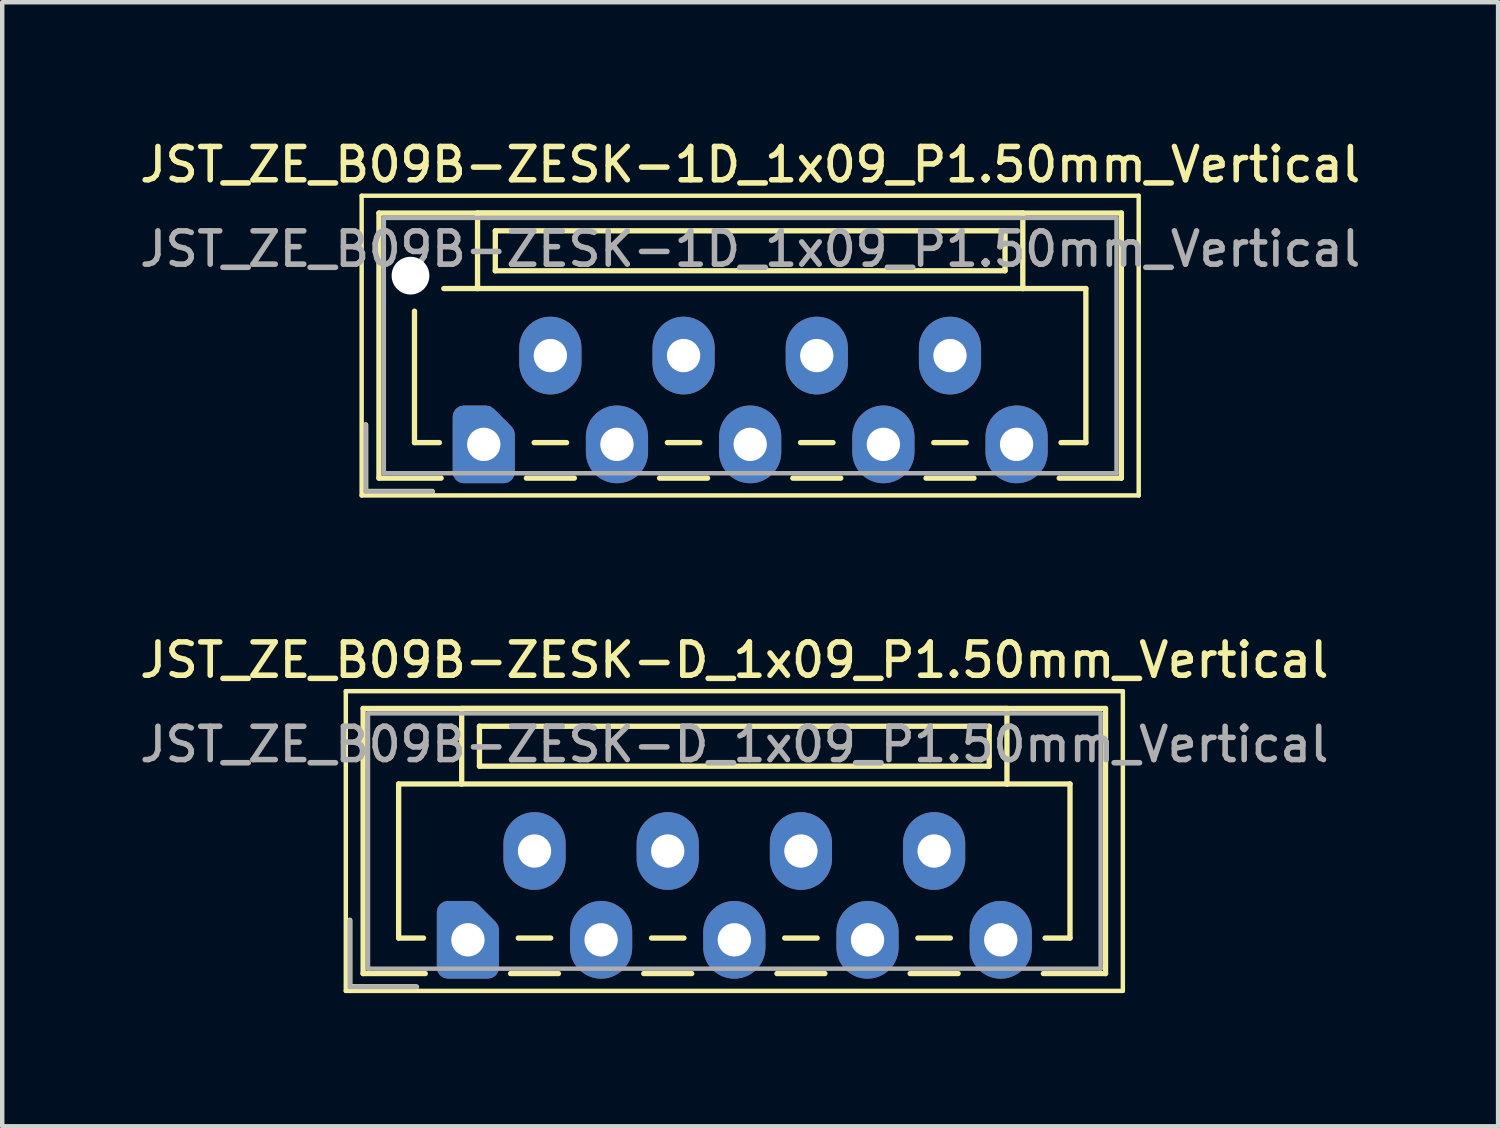
<source format=kicad_pcb>
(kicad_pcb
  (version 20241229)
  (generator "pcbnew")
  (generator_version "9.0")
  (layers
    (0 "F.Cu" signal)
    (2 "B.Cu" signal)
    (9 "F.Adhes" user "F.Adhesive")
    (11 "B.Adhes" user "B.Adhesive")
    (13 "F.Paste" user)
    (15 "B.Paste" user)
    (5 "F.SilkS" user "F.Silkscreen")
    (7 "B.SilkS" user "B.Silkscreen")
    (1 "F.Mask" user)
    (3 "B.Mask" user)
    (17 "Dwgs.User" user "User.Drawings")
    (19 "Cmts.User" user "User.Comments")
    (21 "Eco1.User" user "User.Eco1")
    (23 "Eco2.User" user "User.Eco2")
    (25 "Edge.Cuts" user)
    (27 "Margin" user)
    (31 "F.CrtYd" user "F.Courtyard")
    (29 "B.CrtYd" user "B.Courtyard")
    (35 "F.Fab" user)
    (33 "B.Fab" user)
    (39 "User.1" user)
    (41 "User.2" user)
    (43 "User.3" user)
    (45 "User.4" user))
  (footprint "JST_ZE_B09B-ZESK-1D_1x09_P1.50mm_Vertical"
    (layer "F.Cu")
    (at 7.845 6.958)
    (property "Reference" "JST_ZE_B09B-ZESK-1D_1x09_P1.50mm_Vertical" (at 6 -6.3 0) (layer "F.SilkS") (effects (font (size 0.75 0.75) (thickness 0.125))))
    (attr through_hole)
    (fp_line (start -2.75 -5.6) (end -2.75 1.15) (stroke (width 0.1) (type solid)) (layer "F.SilkS"))
    (fp_line (start -2.75 1.15) (end 14.75 1.15) (stroke (width 0.1) (type solid)) (layer "F.SilkS"))
    (fp_line (start -2.66 -0.44) (end -2.66 1.06) (stroke (width 0.12) (type solid)) (layer "F.SilkS"))
    (fp_line (start -2.66 1.06) (end -1.16 1.06) (stroke (width 0.12) (type solid)) (layer "F.SilkS"))
    (fp_line (start -2.36 -5.21) (end 14.36 -5.21) (stroke (width 0.12) (type solid)) (layer "F.SilkS"))
    (fp_line (start -2.36 0.76) (end -2.36 -5.21) (stroke (width 0.12) (type solid)) (layer "F.SilkS"))
    (fp_line (start -1.56 -3) (end -1.56 -0.04) (stroke (width 0.12) (type solid)) (layer "F.SilkS"))
    (fp_line (start -1.56 -0.04) (end -1 -0.04) (stroke (width 0.12) (type solid)) (layer "F.SilkS"))
    (fp_line (start -0.96 0.76) (end -2.36 0.76) (stroke (width 0.12) (type solid)) (layer "F.SilkS"))
    (fp_line (start -0.14 -5.21) (end -0.14 -3.51) (stroke (width 0.12) (type solid)) (layer "F.SilkS"))
    (fp_line (start -0.14 -3.51) (end -0.9 -3.51) (stroke (width 0.12) (type solid)) (layer "F.SilkS"))
    (fp_line (start -0.14 -3.51) (end 12.14 -3.51) (stroke (width 0.12) (type solid)) (layer "F.SilkS"))
    (fp_line (start 0.26 -4.81) (end 0.26 -3.91) (stroke (width 0.12) (type solid)) (layer "F.SilkS"))
    (fp_line (start 0.26 -3.91) (end 11.74 -3.91) (stroke (width 0.12) (type solid)) (layer "F.SilkS"))
    (fp_line (start 0.96 0.76) (end 2.04 0.76) (stroke (width 0.12) (type solid)) (layer "F.SilkS"))
    (fp_line (start 1.135 -0.04) (end 1.865 -0.04) (stroke (width 0.12) (type solid)) (layer "F.SilkS"))
    (fp_line (start 3.96 0.76) (end 5.04 0.76) (stroke (width 0.12) (type solid)) (layer "F.SilkS"))
    (fp_line (start 4.135 -0.04) (end 4.865 -0.04) (stroke (width 0.12) (type solid)) (layer "F.SilkS"))
    (fp_line (start 6.96 0.76) (end 8.04 0.76) (stroke (width 0.12) (type solid)) (layer "F.SilkS"))
    (fp_line (start 7.135 -0.04) (end 7.865 -0.04) (stroke (width 0.12) (type solid)) (layer "F.SilkS"))
    (fp_line (start 9.96 0.76) (end 11.04 0.76) (stroke (width 0.12) (type solid)) (layer "F.SilkS"))
    (fp_line (start 10.135 -0.04) (end 10.865 -0.04) (stroke (width 0.12) (type solid)) (layer "F.SilkS"))
    (fp_line (start 11.74 -4.81) (end 0.26 -4.81) (stroke (width 0.12) (type solid)) (layer "F.SilkS"))
    (fp_line (start 11.74 -3.91) (end 11.74 -4.81) (stroke (width 0.12) (type solid)) (layer "F.SilkS"))
    (fp_line (start 12.14 -5.21) (end -0.14 -5.21) (stroke (width 0.12) (type solid)) (layer "F.SilkS"))
    (fp_line (start 12.14 -3.51) (end 12.14 -5.21) (stroke (width 0.12) (type solid)) (layer "F.SilkS"))
    (fp_line (start 12.14 -3.51) (end 13.56 -3.51) (stroke (width 0.12) (type solid)) (layer "F.SilkS"))
    (fp_line (start 13.56 -3.51) (end 13.56 -0.04) (stroke (width 0.12) (type solid)) (layer "F.SilkS"))
    (fp_line (start 13.56 -0.04) (end 13 -0.04) (stroke (width 0.12) (type solid)) (layer "F.SilkS"))
    (fp_line (start 14.36 -5.21) (end 14.36 0.76) (stroke (width 0.12) (type solid)) (layer "F.SilkS"))
    (fp_line (start 14.36 0.76) (end 12.96 0.76) (stroke (width 0.12) (type solid)) (layer "F.SilkS"))
    (fp_line (start 14.75 -5.6) (end -2.75 -5.6) (stroke (width 0.1) (type solid)) (layer "F.SilkS"))
    (fp_line (start 14.75 1.15) (end 14.75 -5.6) (stroke (width 0.1) (type solid)) (layer "F.SilkS"))
    (fp_line (start -2.66 -0.44) (end -2.66 1.06) (stroke (width 0.1) (type solid)) (layer "F.Fab"))
    (fp_line (start -2.66 1.06) (end -1.16 1.06) (stroke (width 0.1) (type solid)) (layer "F.Fab"))
    (fp_line (start -2.25 -5.1) (end -2.25 0.65) (stroke (width 0.1) (type solid)) (layer "F.Fab"))
    (fp_line (start -2.25 0.65) (end 14.25 0.65) (stroke (width 0.1) (type solid)) (layer "F.Fab"))
    (fp_line (start 14.25 -5.1) (end -2.25 -5.1) (stroke (width 0.1) (type solid)) (layer "F.Fab"))
    (fp_line (start 14.25 0.65) (end 14.25 -5.1) (stroke (width 0.1) (type solid)) (layer "F.Fab"))
    (fp_text user "${REFERENCE}" (at 6 -4.4 0) (layer "F.Fab") (effects (font (size 0.75 0.75) (thickness 0.125))))
    (pad "" np_thru_hole circle (at -1.65 -3.8) (size 0.85 0.85) (drill 0.85) (layers "*.Cu" "*.Mask"))
    (pad "1" thru_hole custom (at 0 0) (size 1.117 1.117) (drill 0.75) (layers "*.Cu" "*.Mask") (options (anchor circle)) (primitives (gr_poly (pts (xy 0.45 -0.225) (xy 0.45 0.625) (xy -0.45 0.625) (xy -0.45 -0.625) (xy 0.05 -0.625)) (width 0.5) (fill yes))))
    (pad "2" thru_hole oval (at 1.5 -2) (size 1.4 1.75) (drill 0.75) (layers "*.Cu" "*.Mask"))
    (pad "3" thru_hole oval (at 3 0) (size 1.4 1.75) (drill 0.75) (layers "*.Cu" "*.Mask"))
    (pad "4" thru_hole oval (at 4.5 -2) (size 1.4 1.75) (drill 0.75) (layers "*.Cu" "*.Mask"))
    (pad "5" thru_hole oval (at 6 0) (size 1.4 1.75) (drill 0.75) (layers "*.Cu" "*.Mask"))
    (pad "6" thru_hole oval (at 7.5 -2) (size 1.4 1.75) (drill 0.75) (layers "*.Cu" "*.Mask"))
    (pad "7" thru_hole oval (at 9 0) (size 1.4 1.75) (drill 0.75) (layers "*.Cu" "*.Mask"))
    (pad "8" thru_hole oval (at 10.5 -2) (size 1.4 1.75) (drill 0.75) (layers "*.Cu" "*.Mask"))
    (pad "9" thru_hole oval (at 12 0) (size 1.4 1.75) (drill 0.75) (layers "*.Cu" "*.Mask")))
  (footprint "JST_ZE_B09B-ZESK-D_1x09_P1.50mm_Vertical"
    (layer "F.Cu")
    (at 7.488 18.116)
    (property "Reference" "JST_ZE_B09B-ZESK-D_1x09_P1.50mm_Vertical" (at 6 -6.3 0) (layer "F.SilkS") (effects (font (size 0.75 0.75) (thickness 0.125))))
    (attr through_hole)
    (fp_line (start -2.75 -5.6) (end -2.75 1.15) (stroke (width 0.1) (type solid)) (layer "F.SilkS"))
    (fp_line (start -2.75 1.15) (end 14.75 1.15) (stroke (width 0.1) (type solid)) (layer "F.SilkS"))
    (fp_line (start -2.66 -0.44) (end -2.66 1.06) (stroke (width 0.12) (type solid)) (layer "F.SilkS"))
    (fp_line (start -2.66 1.06) (end -1.16 1.06) (stroke (width 0.12) (type solid)) (layer "F.SilkS"))
    (fp_line (start -2.36 -5.21) (end 14.36 -5.21) (stroke (width 0.12) (type solid)) (layer "F.SilkS"))
    (fp_line (start -2.36 0.76) (end -2.36 -5.21) (stroke (width 0.12) (type solid)) (layer "F.SilkS"))
    (fp_line (start -1.56 -3.51) (end -1.56 -0.04) (stroke (width 0.12) (type solid)) (layer "F.SilkS"))
    (fp_line (start -1.56 -0.04) (end -1 -0.04) (stroke (width 0.12) (type solid)) (layer "F.SilkS"))
    (fp_line (start -0.96 0.76) (end -2.36 0.76) (stroke (width 0.12) (type solid)) (layer "F.SilkS"))
    (fp_line (start -0.14 -5.21) (end -0.14 -3.51) (stroke (width 0.12) (type solid)) (layer "F.SilkS"))
    (fp_line (start -0.14 -3.51) (end -1.56 -3.51) (stroke (width 0.12) (type solid)) (layer "F.SilkS"))
    (fp_line (start -0.14 -3.51) (end 12.14 -3.51) (stroke (width 0.12) (type solid)) (layer "F.SilkS"))
    (fp_line (start 0.26 -4.81) (end 0.26 -3.91) (stroke (width 0.12) (type solid)) (layer "F.SilkS"))
    (fp_line (start 0.26 -3.91) (end 11.74 -3.91) (stroke (width 0.12) (type solid)) (layer "F.SilkS"))
    (fp_line (start 0.96 0.76) (end 2.04 0.76) (stroke (width 0.12) (type solid)) (layer "F.SilkS"))
    (fp_line (start 1.135 -0.04) (end 1.865 -0.04) (stroke (width 0.12) (type solid)) (layer "F.SilkS"))
    (fp_line (start 3.96 0.76) (end 5.04 0.76) (stroke (width 0.12) (type solid)) (layer "F.SilkS"))
    (fp_line (start 4.135 -0.04) (end 4.865 -0.04) (stroke (width 0.12) (type solid)) (layer "F.SilkS"))
    (fp_line (start 6.96 0.76) (end 8.04 0.76) (stroke (width 0.12) (type solid)) (layer "F.SilkS"))
    (fp_line (start 7.135 -0.04) (end 7.865 -0.04) (stroke (width 0.12) (type solid)) (layer "F.SilkS"))
    (fp_line (start 9.96 0.76) (end 11.04 0.76) (stroke (width 0.12) (type solid)) (layer "F.SilkS"))
    (fp_line (start 10.135 -0.04) (end 10.865 -0.04) (stroke (width 0.12) (type solid)) (layer "F.SilkS"))
    (fp_line (start 11.74 -4.81) (end 0.26 -4.81) (stroke (width 0.12) (type solid)) (layer "F.SilkS"))
    (fp_line (start 11.74 -3.91) (end 11.74 -4.81) (stroke (width 0.12) (type solid)) (layer "F.SilkS"))
    (fp_line (start 12.14 -5.21) (end -0.14 -5.21) (stroke (width 0.12) (type solid)) (layer "F.SilkS"))
    (fp_line (start 12.14 -3.51) (end 12.14 -5.21) (stroke (width 0.12) (type solid)) (layer "F.SilkS"))
    (fp_line (start 12.14 -3.51) (end 13.56 -3.51) (stroke (width 0.12) (type solid)) (layer "F.SilkS"))
    (fp_line (start 13.56 -3.51) (end 13.56 -0.04) (stroke (width 0.12) (type solid)) (layer "F.SilkS"))
    (fp_line (start 13.56 -0.04) (end 13 -0.04) (stroke (width 0.12) (type solid)) (layer "F.SilkS"))
    (fp_line (start 14.36 -5.21) (end 14.36 0.76) (stroke (width 0.12) (type solid)) (layer "F.SilkS"))
    (fp_line (start 14.36 0.76) (end 12.96 0.76) (stroke (width 0.12) (type solid)) (layer "F.SilkS"))
    (fp_line (start 14.75 -5.6) (end -2.75 -5.6) (stroke (width 0.1) (type solid)) (layer "F.SilkS"))
    (fp_line (start 14.75 1.15) (end 14.75 -5.6) (stroke (width 0.1) (type solid)) (layer "F.SilkS"))
    (fp_line (start -2.66 -0.44) (end -2.66 1.06) (stroke (width 0.1) (type solid)) (layer "F.Fab"))
    (fp_line (start -2.66 1.06) (end -1.16 1.06) (stroke (width 0.1) (type solid)) (layer "F.Fab"))
    (fp_line (start -2.25 -5.1) (end -2.25 0.65) (stroke (width 0.1) (type solid)) (layer "F.Fab"))
    (fp_line (start -2.25 0.65) (end 14.25 0.65) (stroke (width 0.1) (type solid)) (layer "F.Fab"))
    (fp_line (start 14.25 -5.1) (end -2.25 -5.1) (stroke (width 0.1) (type solid)) (layer "F.Fab"))
    (fp_line (start 14.25 0.65) (end 14.25 -5.1) (stroke (width 0.1) (type solid)) (layer "F.Fab"))
    (fp_text user "${REFERENCE}" (at 6 -4.4 0) (layer "F.Fab") (effects (font (size 0.75 0.75) (thickness 0.125))))
    (pad "1" thru_hole custom (at 0 0) (size 1.117 1.117) (drill 0.75) (layers "*.Cu" "*.Mask") (options (anchor circle)) (primitives (gr_poly (pts (xy 0.45 -0.225) (xy 0.45 0.625) (xy -0.45 0.625) (xy -0.45 -0.625) (xy 0.05 -0.625)) (width 0.5) (fill yes))))
    (pad "2" thru_hole oval (at 1.5 -2) (size 1.4 1.75) (drill 0.75) (layers "*.Cu" "*.Mask"))
    (pad "3" thru_hole oval (at 3 0) (size 1.4 1.75) (drill 0.75) (layers "*.Cu" "*.Mask"))
    (pad "4" thru_hole oval (at 4.5 -2) (size 1.4 1.75) (drill 0.75) (layers "*.Cu" "*.Mask"))
    (pad "5" thru_hole oval (at 6 0) (size 1.4 1.75) (drill 0.75) (layers "*.Cu" "*.Mask"))
    (pad "6" thru_hole oval (at 7.5 -2) (size 1.4 1.75) (drill 0.75) (layers "*.Cu" "*.Mask"))
    (pad "7" thru_hole oval (at 9 0) (size 1.4 1.75) (drill 0.75) (layers "*.Cu" "*.Mask"))
    (pad "8" thru_hole oval (at 10.5 -2) (size 1.4 1.75) (drill 0.75) (layers "*.Cu" "*.Mask"))
    (pad "9" thru_hole oval (at 12 0) (size 1.4 1.75) (drill 0.75) (layers "*.Cu" "*.Mask")))
  (gr_rect
    (start -3 -3)
    (end 30.689 22.316)
    (stroke (width 0.1) (type default))
    (fill no)
    (layer "Edge.Cuts")))
</source>
